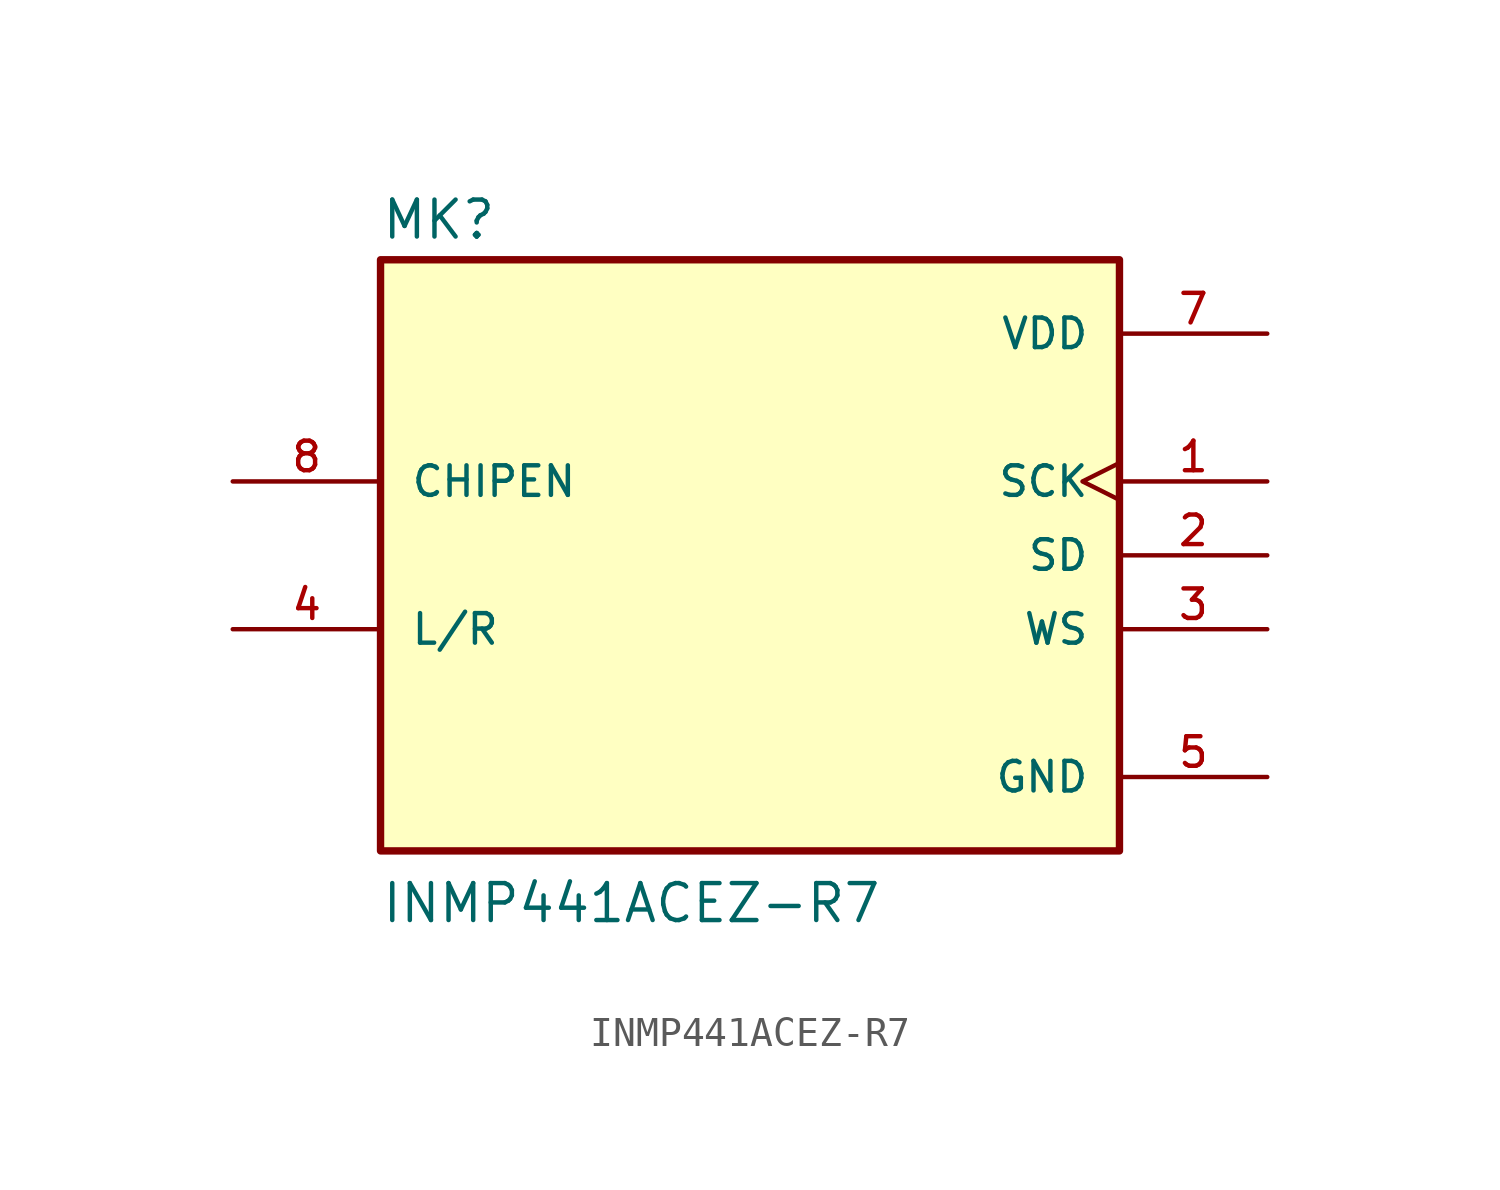
<source format=kicad_sym>
(kicad_symbol_lib
  (version 20211014)
  (generator kicad_symbol_editor)
  (symbol "INMP441ACEZ-R7"
    (pin_names
      (offset 1.016))
    (property "Reference" "MK"
      (at -12.7 10.795 0)
      (effects (font (size 1.27 1.27)) (justify bottom left)))
    (property "Value" "INMP441ACEZ-R7"
      (at -12.7 -12.7 0)
      (effects (font (size 1.27 1.27)) (justify bottom left)))
    (symbol "INMP441ACEZ-R7_0_0"
      (rectangle (start -12.7 -10.16) (end 12.7 10.16) (stroke (width 0.254)) (fill (type background)))
      (pin input clock (at 17.78 2.54 180.0) (length 5.08) (name "SCK" (effects (font (size 1.016 1.016)))) (number "1" (effects (font (size 1.016 1.016)))))
      (pin output line (at 17.78 0.0 180.0) (length 5.08) (name "SD" (effects (font (size 1.016 1.016)))) (number "2" (effects (font (size 1.016 1.016)))))
      (pin power_in line (at 17.78 7.62 180.0) (length 5.08) (name "VDD" (effects (font (size 1.016 1.016)))) (number "7" (effects (font (size 1.016 1.016)))))
      (pin power_in line (at 17.78 -7.62 180.0) (length 5.08) (name "GND" (effects (font (size 1.016 1.016)))) (number "5" (effects (font (size 1.016 1.016)))))
      (pin power_in line (at 17.78 -7.62 180.0) (length 5.08) hide (name "GND" (effects (font (size 1.016 1.016)))) (number "6" (effects (font (size 1.016 1.016)))))
      (pin power_in line (at 17.78 -7.62 180.0) (length 5.08) hide (name "GND" (effects (font (size 1.016 1.016)))) (number "9" (effects (font (size 1.016 1.016)))))
      (pin input line (at -17.78 -2.54 0) (length 5.08) (name "L/R" (effects (font (size 1.016 1.016)))) (number "4" (effects (font (size 1.016 1.016)))))
      (pin input line (at 17.78 -2.54 180.0) (length 5.08) (name "WS" (effects (font (size 1.016 1.016)))) (number "3" (effects (font (size 1.016 1.016)))))
      (pin input line (at -17.78 2.54 0) (length 5.08) (name "CHIPEN" (effects (font (size 1.016 1.016)))) (number "8" (effects (font (size 1.016 1.016))))))))
</source>
